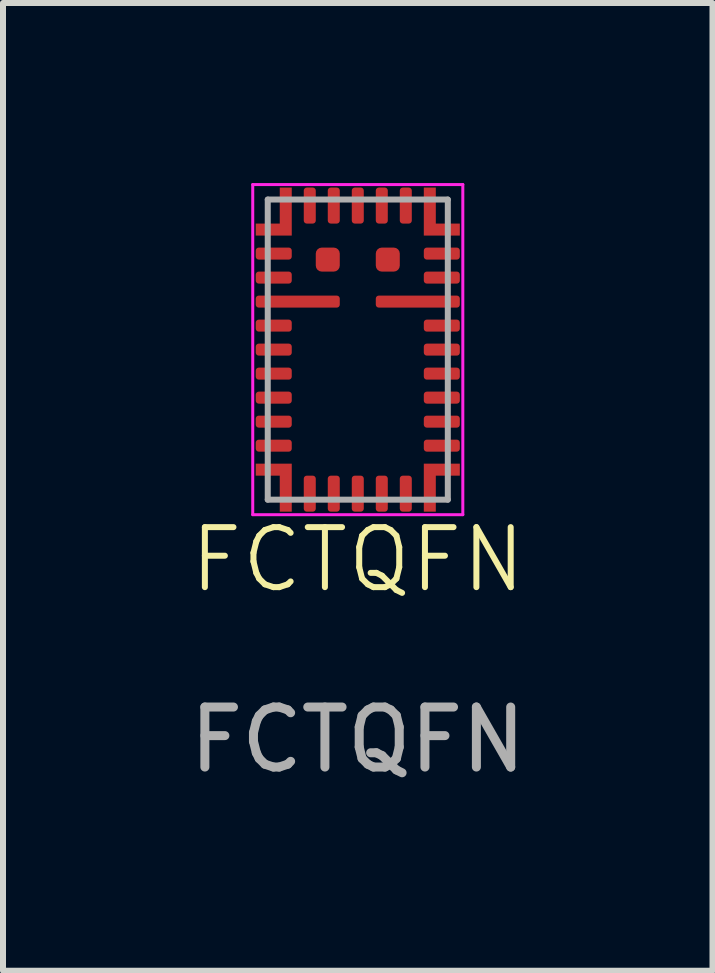
<source format=kicad_pcb>
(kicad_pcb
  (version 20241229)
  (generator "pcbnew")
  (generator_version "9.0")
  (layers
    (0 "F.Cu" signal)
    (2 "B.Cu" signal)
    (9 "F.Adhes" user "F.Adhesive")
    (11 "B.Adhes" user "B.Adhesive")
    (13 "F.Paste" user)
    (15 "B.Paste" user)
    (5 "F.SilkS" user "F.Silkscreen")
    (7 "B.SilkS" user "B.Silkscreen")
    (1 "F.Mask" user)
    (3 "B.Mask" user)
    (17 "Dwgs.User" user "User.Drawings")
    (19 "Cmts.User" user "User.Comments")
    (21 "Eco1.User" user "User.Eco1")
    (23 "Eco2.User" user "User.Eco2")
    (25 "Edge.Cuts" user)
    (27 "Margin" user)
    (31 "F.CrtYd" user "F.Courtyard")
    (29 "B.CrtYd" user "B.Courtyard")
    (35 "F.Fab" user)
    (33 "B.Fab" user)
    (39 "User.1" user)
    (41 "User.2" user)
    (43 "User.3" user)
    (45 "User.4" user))
  (footprint "FCTQFN"
    (layer "F.Cu")
    (at 2.911 2.775)
    (property "Reference" "FCTQFN" (at 0 3.5 0) (unlocked yes) (layer "F.SilkS") (effects (font (size 1 1) (thickness 0.1))))
    (attr smd)
    (fp_line (start -1.75 -2.75) (end 1.75 -2.75) (stroke (width 0.05) (type default)) (layer "F.CrtYd"))
    (fp_line (start -1.75 2.75) (end -1.75 -2.75) (stroke (width 0.05) (type default)) (layer "F.CrtYd"))
    (fp_line (start 1.75 -2.75) (end 1.75 2.75) (stroke (width 0.05) (type default)) (layer "F.CrtYd"))
    (fp_line (start 1.75 2.75) (end -1.75 2.75) (stroke (width 0.05) (type default)) (layer "F.CrtYd"))
    (fp_line (start -1.5 -2.5) (end -1.5 2.5) (stroke (width 0.1) (type default)) (layer "F.Fab"))
    (fp_line (start -1.5 2.5) (end 1.5 2.5) (stroke (width 0.1) (type default)) (layer "F.Fab"))
    (fp_line (start 1.5 -2.5) (end -1.5 -2.5) (stroke (width 0.1) (type default)) (layer "F.Fab"))
    (fp_line (start 1.5 2.5) (end 1.5 -2.5) (stroke (width 0.1) (type default)) (layer "F.Fab"))
    (fp_text user "${REFERENCE}" (at 0 6.5 0) (unlocked yes) (layer "F.Fab") (effects (font (size 1 1) (thickness 0.15))))
    (pad "1" smd custom (at -1.2 -2) (size 0.2 0.2) (layers "F.Cu" "F.Mask" "F.Paste") (options (anchor rect)) (primitives (gr_poly (pts (xy 0.1 0.1) (xy -0.5 0.1) (xy -0.5 -0.1) (xy -0.1 -0.1) (xy -0.1 -0.7) (xy 0.1 -0.7)) (width 0) (fill yes))))
    (pad "2" smd roundrect (at -1.4 -1.6 180) (size 0.6 0.2) (layers "F.Cu" "F.Mask" "F.Paste") (roundrect_rratio 0.25))
    (pad "2" smd roundrect (at -0.5 -1.5) (size 0.4 0.4) (layers "F.Cu" "F.Mask" "F.Paste") (roundrect_rratio 0.25))
    (pad "3" smd roundrect (at -1.4 -1.2 180) (size 0.6 0.2) (layers "F.Cu" "F.Mask" "F.Paste") (roundrect_rratio 0.25))
    (pad "4" smd roundrect (at -1 -0.8 180) (size 1.4 0.2) (layers "F.Cu" "F.Mask" "F.Paste") (roundrect_rratio 0.25))
    (pad "5" smd roundrect (at -1.4 -0.4 180) (size 0.6 0.2) (layers "F.Cu" "F.Mask" "F.Paste") (roundrect_rratio 0.25))
    (pad "6" smd roundrect (at -1.4 0 180) (size 0.6 0.2) (layers "F.Cu" "F.Mask" "F.Paste") (roundrect_rratio 0.25))
    (pad "7" smd roundrect (at -1.4 0.4 180) (size 0.6 0.2) (layers "F.Cu" "F.Mask" "F.Paste") (roundrect_rratio 0.25))
    (pad "8" smd roundrect (at -1.4 0.8 180) (size 0.6 0.2) (layers "F.Cu" "F.Mask" "F.Paste") (roundrect_rratio 0.25))
    (pad "9" smd roundrect (at -1.4 1.2 180) (size 0.6 0.2) (layers "F.Cu" "F.Mask" "F.Paste") (roundrect_rratio 0.25))
    (pad "10" smd roundrect (at -1.4 1.6 180) (size 0.6 0.2) (layers "F.Cu" "F.Mask" "F.Paste") (roundrect_rratio 0.25))
    (pad "11" smd custom (at -1.2 2) (size 0.2 0.2) (layers "F.Cu" "F.Mask" "F.Paste") (options (anchor rect)) (primitives (gr_poly (pts (xy 0.1 -0.1) (xy -0.5 -0.1) (xy -0.5 0.1) (xy -0.1 0.1) (xy -0.1 0.7) (xy 0.1 0.7)) (width 0) (fill yes))))
    (pad "12" smd roundrect (at -0.8 2.4 270) (size 0.6 0.2) (layers "F.Cu" "F.Mask" "F.Paste") (roundrect_rratio 0.25))
    (pad "13" smd roundrect (at -0.4 2.4 270) (size 0.6 0.2) (layers "F.Cu" "F.Mask" "F.Paste") (roundrect_rratio 0.25))
    (pad "14" smd roundrect (at 0 2.4 270) (size 0.6 0.2) (layers "F.Cu" "F.Mask" "F.Paste") (roundrect_rratio 0.25))
    (pad "15" smd roundrect (at 0.4 2.4 270) (size 0.6 0.2) (layers "F.Cu" "F.Mask" "F.Paste") (roundrect_rratio 0.25))
    (pad "16" smd roundrect (at 0.8 2.4 270) (size 0.6 0.2) (layers "F.Cu" "F.Mask" "F.Paste") (roundrect_rratio 0.25))
    (pad "17" smd custom (at 1.2 2) (size 0.2 0.2) (layers "F.Cu" "F.Mask" "F.Paste") (options (anchor rect)) (primitives (gr_poly (pts (xy -0.1 -0.1) (xy 0.5 -0.1) (xy 0.5 0.1) (xy 0.1 0.1) (xy 0.1 0.7) (xy -0.1 0.7)) (width 0) (fill yes))))
    (pad "18" smd roundrect (at 1.4 1.6 180) (size 0.6 0.2) (layers "F.Cu" "F.Mask" "F.Paste") (roundrect_rratio 0.25))
    (pad "19" smd roundrect (at 1.4 1.2 180) (size 0.6 0.2) (layers "F.Cu" "F.Mask" "F.Paste") (roundrect_rratio 0.25))
    (pad "20" smd roundrect (at 1.4 0.8 180) (size 0.6 0.2) (layers "F.Cu" "F.Mask" "F.Paste") (roundrect_rratio 0.25))
    (pad "21" smd roundrect (at 1.4 0.4 180) (size 0.6 0.2) (layers "F.Cu" "F.Mask" "F.Paste") (roundrect_rratio 0.25))
    (pad "22" smd roundrect (at 1.4 0 180) (size 0.6 0.2) (layers "F.Cu" "F.Mask" "F.Paste") (roundrect_rratio 0.25))
    (pad "23" smd roundrect (at 1.4 -0.4 180) (size 0.6 0.2) (layers "F.Cu" "F.Mask" "F.Paste") (roundrect_rratio 0.25))
    (pad "24" smd roundrect (at 1 -0.8 180) (size 1.4 0.2) (layers "F.Cu" "F.Mask" "F.Paste") (roundrect_rratio 0.25))
    (pad "25" smd roundrect (at 1.4 -1.2 180) (size 0.6 0.2) (layers "F.Cu" "F.Mask" "F.Paste") (roundrect_rratio 0.25))
    (pad "26" smd roundrect (at 0.5 -1.5) (size 0.4 0.4) (layers "F.Cu" "F.Mask" "F.Paste") (roundrect_rratio 0.25))
    (pad "26" smd roundrect (at 1.4 -1.6 180) (size 0.6 0.2) (layers "F.Cu" "F.Mask" "F.Paste") (roundrect_rratio 0.25))
    (pad "27" smd custom (at 1.2 -2) (size 0.2 0.2) (layers "F.Cu" "F.Mask" "F.Paste") (options (anchor rect)) (primitives (gr_poly (pts (xy -0.1 0.1) (xy 0.5 0.1) (xy 0.5 -0.1) (xy 0.1 -0.1) (xy 0.1 -0.7) (xy -0.1 -0.7)) (width 0) (fill yes))))
    (pad "28" smd roundrect (at 0.8 -2.4 90) (size 0.6 0.2) (layers "F.Cu" "F.Mask" "F.Paste") (roundrect_rratio 0.25))
    (pad "29" smd roundrect (at 0.4 -2.4 90) (size 0.6 0.2) (layers "F.Cu" "F.Mask" "F.Paste") (roundrect_rratio 0.25))
    (pad "30" smd roundrect (at 0 -2.4 90) (size 0.6 0.2) (layers "F.Cu" "F.Mask" "F.Paste") (roundrect_rratio 0.25))
    (pad "31" smd roundrect (at -0.4 -2.4 90) (size 0.6 0.2) (layers "F.Cu" "F.Mask" "F.Paste") (roundrect_rratio 0.25))
    (pad "32" smd roundrect (at -0.8 -2.4 90) (size 0.6 0.2) (layers "F.Cu" "F.Mask" "F.Paste") (roundrect_rratio 0.25)))
  (gr_rect
    (start -3 -3)
    (end 8.821 13.123)
    (stroke (width 0.1) (type default))
    (fill no)
    (layer "Edge.Cuts")))
</source>
